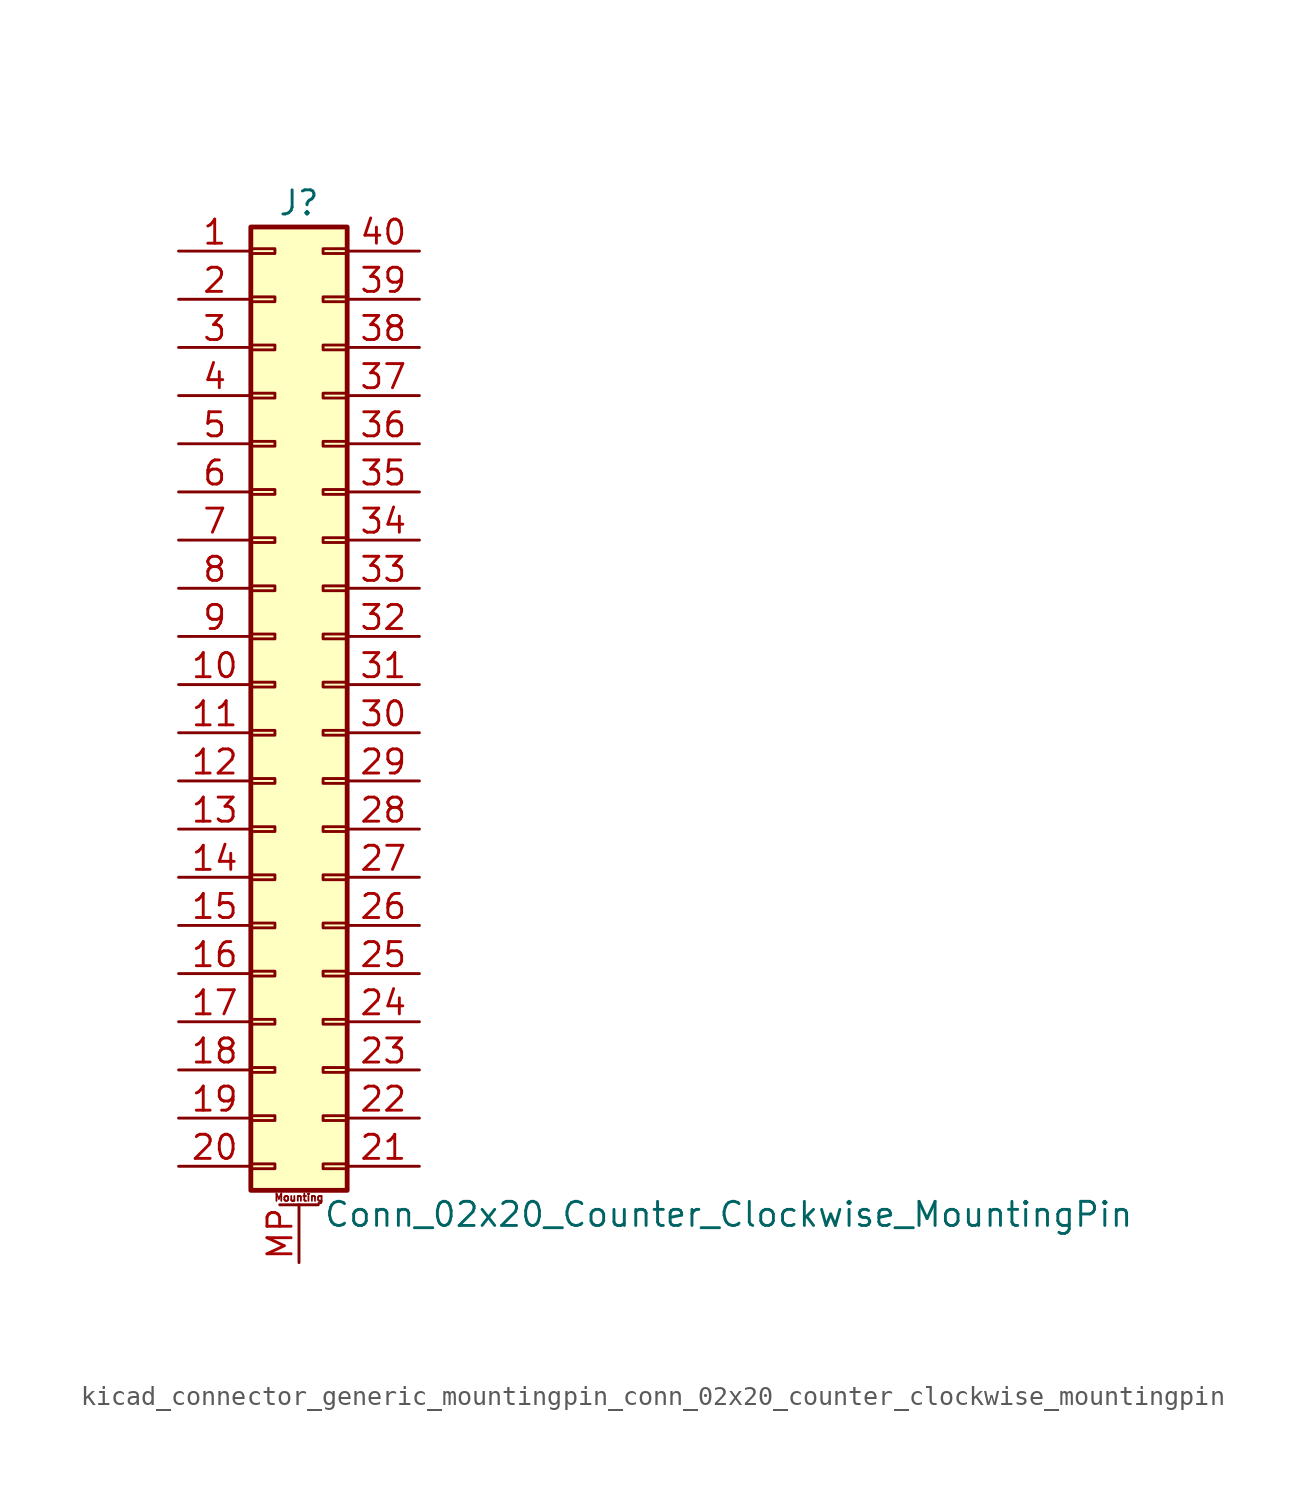
<source format=kicad_sym>
(kicad_symbol_lib
  (version 20220914)
  (generator kicad_symbol_editor)
  (symbol "kicad_connector_generic_mountingpin_conn_02x20_counter_clockwise_mountingpin"
    (pin_names
      (offset 1.016) hide)
    (property "Reference" "J"
      (at 1.27 25.4 0)
      (effects (font (size 1.27 1.27))))
    (property "Value" "Conn_02x20_Counter_Clockwise_MountingPin"
      (at 2.54 -27.94 0)
      (effects (font (size 1.27 1.27)) (justify left)))
    (symbol "kicad_connector_generic_mountingpin_conn_02x20_counter_clockwise_mountingpin_1_1"
      (rectangle (start -1.27 -25.273) (end 0 -25.527) (stroke (width 0.152) (type default)) (fill (type none)))
      (rectangle (start -1.27 -22.733) (end 0 -22.987) (stroke (width 0.152) (type default)) (fill (type none)))
      (rectangle (start -1.27 -20.193) (end 0 -20.447) (stroke (width 0.152) (type default)) (fill (type none)))
      (rectangle (start -1.27 -17.653) (end 0 -17.907) (stroke (width 0.152) (type default)) (fill (type none)))
      (rectangle (start -1.27 -15.113) (end 0 -15.367) (stroke (width 0.152) (type default)) (fill (type none)))
      (rectangle (start -1.27 -12.573) (end 0 -12.827) (stroke (width 0.152) (type default)) (fill (type none)))
      (rectangle (start -1.27 -10.033) (end 0 -10.287) (stroke (width 0.152) (type default)) (fill (type none)))
      (rectangle (start -1.27 -7.493) (end 0 -7.747) (stroke (width 0.152) (type default)) (fill (type none)))
      (rectangle (start -1.27 -4.953) (end 0 -5.207) (stroke (width 0.152) (type default)) (fill (type none)))
      (rectangle (start -1.27 -2.413) (end 0 -2.667) (stroke (width 0.152) (type default)) (fill (type none)))
      (rectangle (start -1.27 0.127) (end 0 -0.127) (stroke (width 0.152) (type default)) (fill (type none)))
      (rectangle (start -1.27 2.667) (end 0 2.413) (stroke (width 0.152) (type default)) (fill (type none)))
      (rectangle (start -1.27 5.207) (end 0 4.953) (stroke (width 0.152) (type default)) (fill (type none)))
      (rectangle (start -1.27 7.747) (end 0 7.493) (stroke (width 0.152) (type default)) (fill (type none)))
      (rectangle (start -1.27 10.287) (end 0 10.033) (stroke (width 0.152) (type default)) (fill (type none)))
      (rectangle (start -1.27 12.827) (end 0 12.573) (stroke (width 0.152) (type default)) (fill (type none)))
      (rectangle (start -1.27 15.367) (end 0 15.113) (stroke (width 0.152) (type default)) (fill (type none)))
      (rectangle (start -1.27 17.907) (end 0 17.653) (stroke (width 0.152) (type default)) (fill (type none)))
      (rectangle (start -1.27 20.447) (end 0 20.193) (stroke (width 0.152) (type default)) (fill (type none)))
      (rectangle (start -1.27 22.987) (end 0 22.733) (stroke (width 0.152) (type default)) (fill (type none)))
      (rectangle (start -1.27 24.13) (end 3.81 -26.67) (stroke (width 0.254) (type default)) (fill (type background)))
      (polyline (pts (xy 0.254 -27.432) (xy 2.286 -27.432)) (stroke (width 0.152) (type default)) (fill (type none)))
      (rectangle (start 3.81 -25.273) (end 2.54 -25.527) (stroke (width 0.152) (type default)) (fill (type none)))
      (rectangle (start 3.81 -22.733) (end 2.54 -22.987) (stroke (width 0.152) (type default)) (fill (type none)))
      (rectangle (start 3.81 -20.193) (end 2.54 -20.447) (stroke (width 0.152) (type default)) (fill (type none)))
      (rectangle (start 3.81 -17.653) (end 2.54 -17.907) (stroke (width 0.152) (type default)) (fill (type none)))
      (rectangle (start 3.81 -15.113) (end 2.54 -15.367) (stroke (width 0.152) (type default)) (fill (type none)))
      (rectangle (start 3.81 -12.573) (end 2.54 -12.827) (stroke (width 0.152) (type default)) (fill (type none)))
      (rectangle (start 3.81 -10.033) (end 2.54 -10.287) (stroke (width 0.152) (type default)) (fill (type none)))
      (rectangle (start 3.81 -7.493) (end 2.54 -7.747) (stroke (width 0.152) (type default)) (fill (type none)))
      (rectangle (start 3.81 -4.953) (end 2.54 -5.207) (stroke (width 0.152) (type default)) (fill (type none)))
      (rectangle (start 3.81 -2.413) (end 2.54 -2.667) (stroke (width 0.152) (type default)) (fill (type none)))
      (rectangle (start 3.81 0.127) (end 2.54 -0.127) (stroke (width 0.152) (type default)) (fill (type none)))
      (rectangle (start 3.81 2.667) (end 2.54 2.413) (stroke (width 0.152) (type default)) (fill (type none)))
      (rectangle (start 3.81 5.207) (end 2.54 4.953) (stroke (width 0.152) (type default)) (fill (type none)))
      (rectangle (start 3.81 7.747) (end 2.54 7.493) (stroke (width 0.152) (type default)) (fill (type none)))
      (rectangle (start 3.81 10.287) (end 2.54 10.033) (stroke (width 0.152) (type default)) (fill (type none)))
      (rectangle (start 3.81 12.827) (end 2.54 12.573) (stroke (width 0.152) (type default)) (fill (type none)))
      (rectangle (start 3.81 15.367) (end 2.54 15.113) (stroke (width 0.152) (type default)) (fill (type none)))
      (rectangle (start 3.81 17.907) (end 2.54 17.653) (stroke (width 0.152) (type default)) (fill (type none)))
      (rectangle (start 3.81 20.447) (end 2.54 20.193) (stroke (width 0.152) (type default)) (fill (type none)))
      (rectangle (start 3.81 22.987) (end 2.54 22.733) (stroke (width 0.152) (type default)) (fill (type none)))
      (text "Mounting" (at 1.27 -27.051 0) (effects (font (size 0.381 0.381))))
      (pin passive line (at -5.08 22.86 0) (length 3.81) (name "Pin_1" (effects (font (size 1.27 1.27)))) (number "1" (effects (font (size 1.27 1.27)))))
      (pin passive line (at -5.08 0 0) (length 3.81) (name "Pin_10" (effects (font (size 1.27 1.27)))) (number "10" (effects (font (size 1.27 1.27)))))
      (pin passive line (at -5.08 -2.54 0) (length 3.81) (name "Pin_11" (effects (font (size 1.27 1.27)))) (number "11" (effects (font (size 1.27 1.27)))))
      (pin passive line (at -5.08 -5.08 0) (length 3.81) (name "Pin_12" (effects (font (size 1.27 1.27)))) (number "12" (effects (font (size 1.27 1.27)))))
      (pin passive line (at -5.08 -7.62 0) (length 3.81) (name "Pin_13" (effects (font (size 1.27 1.27)))) (number "13" (effects (font (size 1.27 1.27)))))
      (pin passive line (at -5.08 -10.16 0) (length 3.81) (name "Pin_14" (effects (font (size 1.27 1.27)))) (number "14" (effects (font (size 1.27 1.27)))))
      (pin passive line (at -5.08 -12.7 0) (length 3.81) (name "Pin_15" (effects (font (size 1.27 1.27)))) (number "15" (effects (font (size 1.27 1.27)))))
      (pin passive line (at -5.08 -15.24 0) (length 3.81) (name "Pin_16" (effects (font (size 1.27 1.27)))) (number "16" (effects (font (size 1.27 1.27)))))
      (pin passive line (at -5.08 -17.78 0) (length 3.81) (name "Pin_17" (effects (font (size 1.27 1.27)))) (number "17" (effects (font (size 1.27 1.27)))))
      (pin passive line (at -5.08 -20.32 0) (length 3.81) (name "Pin_18" (effects (font (size 1.27 1.27)))) (number "18" (effects (font (size 1.27 1.27)))))
      (pin passive line (at -5.08 -22.86 0) (length 3.81) (name "Pin_19" (effects (font (size 1.27 1.27)))) (number "19" (effects (font (size 1.27 1.27)))))
      (pin passive line (at -5.08 20.32 0) (length 3.81) (name "Pin_2" (effects (font (size 1.27 1.27)))) (number "2" (effects (font (size 1.27 1.27)))))
      (pin passive line (at -5.08 -25.4 0) (length 3.81) (name "Pin_20" (effects (font (size 1.27 1.27)))) (number "20" (effects (font (size 1.27 1.27)))))
      (pin passive line (at 7.62 -25.4 180) (length 3.81) (name "Pin_21" (effects (font (size 1.27 1.27)))) (number "21" (effects (font (size 1.27 1.27)))))
      (pin passive line (at 7.62 -22.86 180) (length 3.81) (name "Pin_22" (effects (font (size 1.27 1.27)))) (number "22" (effects (font (size 1.27 1.27)))))
      (pin passive line (at 7.62 -20.32 180) (length 3.81) (name "Pin_23" (effects (font (size 1.27 1.27)))) (number "23" (effects (font (size 1.27 1.27)))))
      (pin passive line (at 7.62 -17.78 180) (length 3.81) (name "Pin_24" (effects (font (size 1.27 1.27)))) (number "24" (effects (font (size 1.27 1.27)))))
      (pin passive line (at 7.62 -15.24 180) (length 3.81) (name "Pin_25" (effects (font (size 1.27 1.27)))) (number "25" (effects (font (size 1.27 1.27)))))
      (pin passive line (at 7.62 -12.7 180) (length 3.81) (name "Pin_26" (effects (font (size 1.27 1.27)))) (number "26" (effects (font (size 1.27 1.27)))))
      (pin passive line (at 7.62 -10.16 180) (length 3.81) (name "Pin_27" (effects (font (size 1.27 1.27)))) (number "27" (effects (font (size 1.27 1.27)))))
      (pin passive line (at 7.62 -7.62 180) (length 3.81) (name "Pin_28" (effects (font (size 1.27 1.27)))) (number "28" (effects (font (size 1.27 1.27)))))
      (pin passive line (at 7.62 -5.08 180) (length 3.81) (name "Pin_29" (effects (font (size 1.27 1.27)))) (number "29" (effects (font (size 1.27 1.27)))))
      (pin passive line (at -5.08 17.78 0) (length 3.81) (name "Pin_3" (effects (font (size 1.27 1.27)))) (number "3" (effects (font (size 1.27 1.27)))))
      (pin passive line (at 7.62 -2.54 180) (length 3.81) (name "Pin_30" (effects (font (size 1.27 1.27)))) (number "30" (effects (font (size 1.27 1.27)))))
      (pin passive line (at 7.62 0 180) (length 3.81) (name "Pin_31" (effects (font (size 1.27 1.27)))) (number "31" (effects (font (size 1.27 1.27)))))
      (pin passive line (at 7.62 2.54 180) (length 3.81) (name "Pin_32" (effects (font (size 1.27 1.27)))) (number "32" (effects (font (size 1.27 1.27)))))
      (pin passive line (at 7.62 5.08 180) (length 3.81) (name "Pin_33" (effects (font (size 1.27 1.27)))) (number "33" (effects (font (size 1.27 1.27)))))
      (pin passive line (at 7.62 7.62 180) (length 3.81) (name "Pin_34" (effects (font (size 1.27 1.27)))) (number "34" (effects (font (size 1.27 1.27)))))
      (pin passive line (at 7.62 10.16 180) (length 3.81) (name "Pin_35" (effects (font (size 1.27 1.27)))) (number "35" (effects (font (size 1.27 1.27)))))
      (pin passive line (at 7.62 12.7 180) (length 3.81) (name "Pin_36" (effects (font (size 1.27 1.27)))) (number "36" (effects (font (size 1.27 1.27)))))
      (pin passive line (at 7.62 15.24 180) (length 3.81) (name "Pin_37" (effects (font (size 1.27 1.27)))) (number "37" (effects (font (size 1.27 1.27)))))
      (pin passive line (at 7.62 17.78 180) (length 3.81) (name "Pin_38" (effects (font (size 1.27 1.27)))) (number "38" (effects (font (size 1.27 1.27)))))
      (pin passive line (at 7.62 20.32 180) (length 3.81) (name "Pin_39" (effects (font (size 1.27 1.27)))) (number "39" (effects (font (size 1.27 1.27)))))
      (pin passive line (at -5.08 15.24 0) (length 3.81) (name "Pin_4" (effects (font (size 1.27 1.27)))) (number "4" (effects (font (size 1.27 1.27)))))
      (pin passive line (at 7.62 22.86 180) (length 3.81) (name "Pin_40" (effects (font (size 1.27 1.27)))) (number "40" (effects (font (size 1.27 1.27)))))
      (pin passive line (at -5.08 12.7 0) (length 3.81) (name "Pin_5" (effects (font (size 1.27 1.27)))) (number "5" (effects (font (size 1.27 1.27)))))
      (pin passive line (at -5.08 10.16 0) (length 3.81) (name "Pin_6" (effects (font (size 1.27 1.27)))) (number "6" (effects (font (size 1.27 1.27)))))
      (pin passive line (at -5.08 7.62 0) (length 3.81) (name "Pin_7" (effects (font (size 1.27 1.27)))) (number "7" (effects (font (size 1.27 1.27)))))
      (pin passive line (at -5.08 5.08 0) (length 3.81) (name "Pin_8" (effects (font (size 1.27 1.27)))) (number "8" (effects (font (size 1.27 1.27)))))
      (pin passive line (at -5.08 2.54 0) (length 3.81) (name "Pin_9" (effects (font (size 1.27 1.27)))) (number "9" (effects (font (size 1.27 1.27)))))
      (pin passive line (at 1.27 -30.48 90) (length 3.048) (name "MountPin" (effects (font (size 1.27 1.27)))) (number "MP" (effects (font (size 1.27 1.27))))))))
</source>
